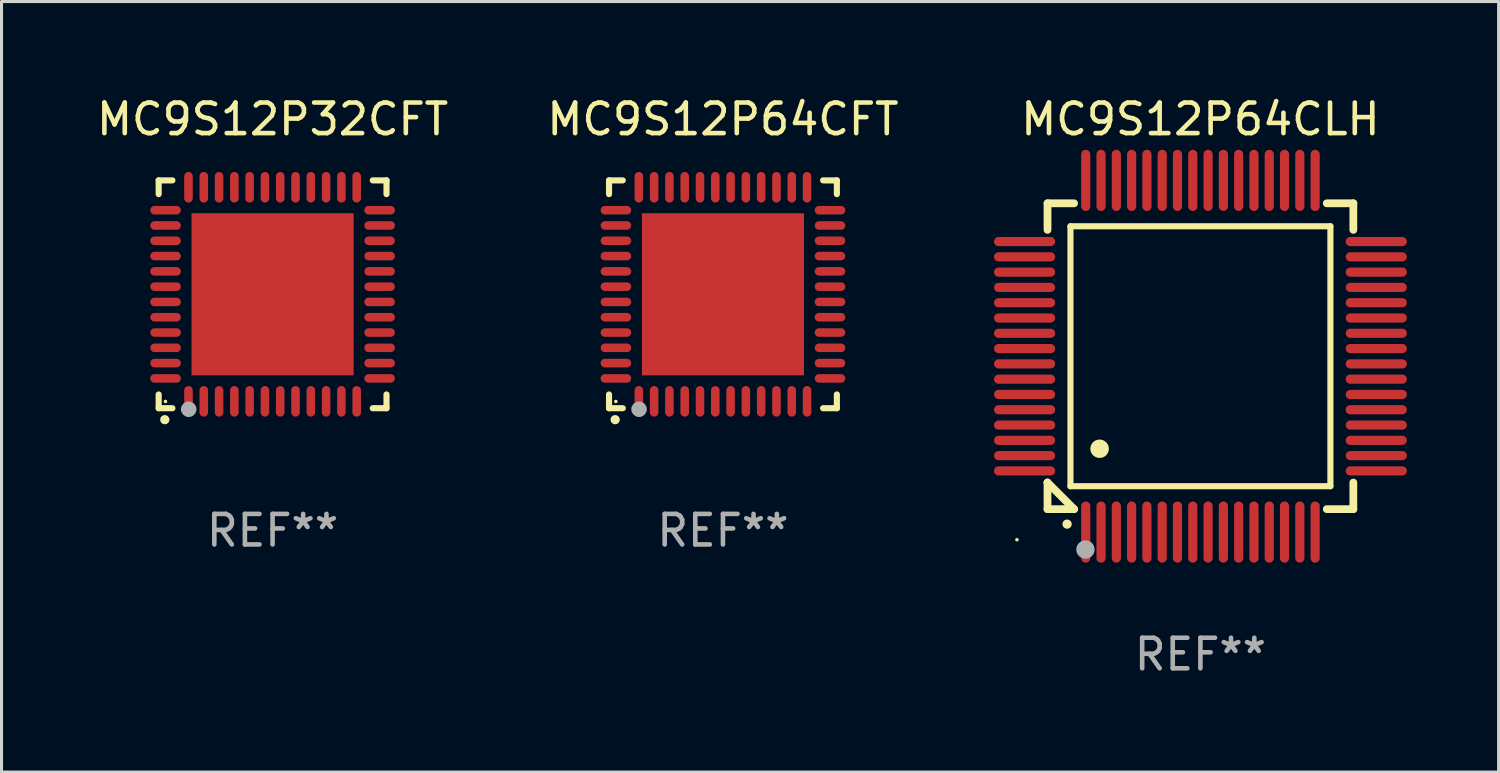
<source format=kicad_pcb>
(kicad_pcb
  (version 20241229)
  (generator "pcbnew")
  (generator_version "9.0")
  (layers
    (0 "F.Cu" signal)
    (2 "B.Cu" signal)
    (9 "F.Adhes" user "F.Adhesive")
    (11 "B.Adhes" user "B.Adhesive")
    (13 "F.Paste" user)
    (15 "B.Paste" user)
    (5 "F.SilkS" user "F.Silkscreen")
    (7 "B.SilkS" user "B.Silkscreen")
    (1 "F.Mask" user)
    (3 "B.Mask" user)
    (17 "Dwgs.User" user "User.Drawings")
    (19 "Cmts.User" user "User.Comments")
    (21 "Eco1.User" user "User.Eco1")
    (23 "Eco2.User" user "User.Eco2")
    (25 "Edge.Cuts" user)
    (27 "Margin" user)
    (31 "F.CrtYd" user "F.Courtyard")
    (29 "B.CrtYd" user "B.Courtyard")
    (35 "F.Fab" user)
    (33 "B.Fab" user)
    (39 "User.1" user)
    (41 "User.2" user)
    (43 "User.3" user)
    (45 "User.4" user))
  (footprint "MC9S12P64CFT"
    (layer "F.Cu")
    (at 20.589 6.573)
    (property "Reference" "MC9S12P64CFT" (at 0 -5.725 0) (layer "F.SilkS") (effects (font (size 1 1) (thickness 0.15))))
    (attr through_hole)
    (fp_line (start -3.725 -3.725) (end -3.275 -3.725) (stroke (width 0.2) (type solid)) (layer "F.SilkS"))
    (fp_line (start -3.725 -3.275) (end -3.725 -3.725) (stroke (width 0.2) (type solid)) (layer "F.SilkS"))
    (fp_line (start -3.725 3.725) (end -3.725 3.275) (stroke (width 0.2) (type solid)) (layer "F.SilkS"))
    (fp_line (start -3.275 3.725) (end -3.725 3.725) (stroke (width 0.2) (type solid)) (layer "F.SilkS"))
    (fp_line (start 3.275 3.725) (end 3.725 3.725) (stroke (width 0.2) (type solid)) (layer "F.SilkS"))
    (fp_line (start 3.725 -3.725) (end 3.275 -3.725) (stroke (width 0.2) (type solid)) (layer "F.SilkS"))
    (fp_line (start 3.725 -3.275) (end 3.725 -3.725) (stroke (width 0.2) (type solid)) (layer "F.SilkS"))
    (fp_line (start 3.725 3.725) (end 3.725 3.275) (stroke (width 0.2) (type solid)) (layer "F.SilkS"))
    (fp_arc (start -3.525527 4.099568) (mid -3.524257 4.099563) (end -3.522987 4.099568) (stroke (width 0.3) (type solid)) (layer "F.SilkS"))
    (fp_circle (center -3.502 3.504) (end -3.472 3.504) (stroke (width 0.06) (type solid)) (fill no) (layer "F.SilkS"))
    (fp_circle (center -2.743 3.759) (end -2.616 3.759) (stroke (width 0.254) (type solid)) (fill no) (layer "F.Fab"))
    (fp_text user "REF**" (at 0 7.725 0) (layer "F.Fab") (effects (font (size 1 1) (thickness 0.15))))
    (pad "1" smd oval (at -2.75 3.5) (size 0.28 1) (layers "F.Cu" "F.Mask" "F.Paste"))
    (pad "2" smd oval (at -2.25 3.5) (size 0.28 1) (layers "F.Cu" "F.Mask" "F.Paste"))
    (pad "3" smd oval (at -1.75 3.5) (size 0.28 1) (layers "F.Cu" "F.Mask" "F.Paste"))
    (pad "4" smd oval (at -1.25 3.5) (size 0.28 1) (layers "F.Cu" "F.Mask" "F.Paste"))
    (pad "5" smd oval (at -0.75 3.5) (size 0.28 1) (layers "F.Cu" "F.Mask" "F.Paste"))
    (pad "6" smd oval (at -0.25 3.5) (size 0.28 1) (layers "F.Cu" "F.Mask" "F.Paste"))
    (pad "7" smd oval (at 0.25 3.5) (size 0.28 1) (layers "F.Cu" "F.Mask" "F.Paste"))
    (pad "8" smd oval (at 0.75 3.5) (size 0.28 1) (layers "F.Cu" "F.Mask" "F.Paste"))
    (pad "9" smd oval (at 1.25 3.5) (size 0.28 1) (layers "F.Cu" "F.Mask" "F.Paste"))
    (pad "10" smd oval (at 1.75 3.5) (size 0.28 1) (layers "F.Cu" "F.Mask" "F.Paste"))
    (pad "11" smd oval (at 2.25 3.5) (size 0.28 1) (layers "F.Cu" "F.Mask" "F.Paste"))
    (pad "12" smd oval (at 2.75 3.5) (size 0.28 1) (layers "F.Cu" "F.Mask" "F.Paste"))
    (pad "13" smd oval (at 3.5 2.75) (size 1 0.28) (layers "F.Cu" "F.Mask" "F.Paste"))
    (pad "14" smd oval (at 3.5 2.25) (size 1 0.28) (layers "F.Cu" "F.Mask" "F.Paste"))
    (pad "15" smd oval (at 3.5 1.75) (size 1 0.28) (layers "F.Cu" "F.Mask" "F.Paste"))
    (pad "16" smd oval (at 3.5 1.25) (size 1 0.28) (layers "F.Cu" "F.Mask" "F.Paste"))
    (pad "17" smd oval (at 3.5 0.75) (size 1 0.28) (layers "F.Cu" "F.Mask" "F.Paste"))
    (pad "18" smd oval (at 3.5 0.25) (size 1 0.28) (layers "F.Cu" "F.Mask" "F.Paste"))
    (pad "19" smd oval (at 3.5 -0.25) (size 1 0.28) (layers "F.Cu" "F.Mask" "F.Paste"))
    (pad "20" smd oval (at 3.5 -0.75) (size 1 0.28) (layers "F.Cu" "F.Mask" "F.Paste"))
    (pad "21" smd oval (at 3.5 -1.25) (size 1 0.28) (layers "F.Cu" "F.Mask" "F.Paste"))
    (pad "22" smd oval (at 3.5 -1.75) (size 1 0.28) (layers "F.Cu" "F.Mask" "F.Paste"))
    (pad "23" smd oval (at 3.5 -2.25) (size 1 0.28) (layers "F.Cu" "F.Mask" "F.Paste"))
    (pad "24" smd oval (at 3.5 -2.75) (size 1 0.28) (layers "F.Cu" "F.Mask" "F.Paste"))
    (pad "25" smd oval (at 2.75 -3.5) (size 0.28 1) (layers "F.Cu" "F.Mask" "F.Paste"))
    (pad "26" smd oval (at 2.25 -3.5) (size 0.28 1) (layers "F.Cu" "F.Mask" "F.Paste"))
    (pad "27" smd oval (at 1.75 -3.5) (size 0.28 1) (layers "F.Cu" "F.Mask" "F.Paste"))
    (pad "28" smd oval (at 1.25 -3.5) (size 0.28 1) (layers "F.Cu" "F.Mask" "F.Paste"))
    (pad "29" smd oval (at 0.75 -3.5) (size 0.28 1) (layers "F.Cu" "F.Mask" "F.Paste"))
    (pad "30" smd oval (at 0.25 -3.5) (size 0.28 1) (layers "F.Cu" "F.Mask" "F.Paste"))
    (pad "31" smd oval (at -0.25 -3.5) (size 0.28 1) (layers "F.Cu" "F.Mask" "F.Paste"))
    (pad "32" smd oval (at -0.75 -3.5) (size 0.28 1) (layers "F.Cu" "F.Mask" "F.Paste"))
    (pad "33" smd oval (at -1.25 -3.5) (size 0.28 1) (layers "F.Cu" "F.Mask" "F.Paste"))
    (pad "34" smd oval (at -1.75 -3.5) (size 0.28 1) (layers "F.Cu" "F.Mask" "F.Paste"))
    (pad "35" smd oval (at -2.25 -3.5) (size 0.28 1) (layers "F.Cu" "F.Mask" "F.Paste"))
    (pad "36" smd oval (at -2.75 -3.5) (size 0.28 1) (layers "F.Cu" "F.Mask" "F.Paste"))
    (pad "37" smd oval (at -3.5 -2.75) (size 1 0.28) (layers "F.Cu" "F.Mask" "F.Paste"))
    (pad "38" smd oval (at -3.5 -2.25) (size 1 0.28) (layers "F.Cu" "F.Mask" "F.Paste"))
    (pad "39" smd oval (at -3.5 -1.75) (size 1 0.28) (layers "F.Cu" "F.Mask" "F.Paste"))
    (pad "40" smd oval (at -3.5 -1.25) (size 1 0.28) (layers "F.Cu" "F.Mask" "F.Paste"))
    (pad "41" smd oval (at -3.5 -0.75) (size 1 0.28) (layers "F.Cu" "F.Mask" "F.Paste"))
    (pad "42" smd oval (at -3.5 -0.25) (size 1 0.28) (layers "F.Cu" "F.Mask" "F.Paste"))
    (pad "43" smd oval (at -3.5 0.25) (size 1 0.28) (layers "F.Cu" "F.Mask" "F.Paste"))
    (pad "44" smd oval (at -3.5 0.75) (size 1 0.28) (layers "F.Cu" "F.Mask" "F.Paste"))
    (pad "45" smd oval (at -3.5 1.25) (size 1 0.28) (layers "F.Cu" "F.Mask" "F.Paste"))
    (pad "46" smd oval (at -3.5 1.75) (size 1 0.28) (layers "F.Cu" "F.Mask" "F.Paste"))
    (pad "47" smd oval (at -3.5 2.25) (size 1 0.28) (layers "F.Cu" "F.Mask" "F.Paste"))
    (pad "48" smd oval (at -3.5 2.75) (size 1 0.28) (layers "F.Cu" "F.Mask" "F.Paste"))
    (pad "49" smd rect (at 0 0) (size 5.3 5.3) (layers "F.Cu" "F.Mask" "F.Paste")))
  (footprint "MC9S12P32CFT"
    (layer "F.Cu")
    (at 5.863 6.573)
    (property "Reference" "MC9S12P32CFT" (at 0 -5.725 0) (layer "F.SilkS") (effects (font (size 1 1) (thickness 0.15))))
    (attr through_hole)
    (fp_line (start -3.725 -3.725) (end -3.275 -3.725) (stroke (width 0.2) (type solid)) (layer "F.SilkS"))
    (fp_line (start -3.725 -3.275) (end -3.725 -3.725) (stroke (width 0.2) (type solid)) (layer "F.SilkS"))
    (fp_line (start -3.725 3.725) (end -3.725 3.275) (stroke (width 0.2) (type solid)) (layer "F.SilkS"))
    (fp_line (start -3.275 3.725) (end -3.725 3.725) (stroke (width 0.2) (type solid)) (layer "F.SilkS"))
    (fp_line (start 3.275 3.725) (end 3.725 3.725) (stroke (width 0.2) (type solid)) (layer "F.SilkS"))
    (fp_line (start 3.725 -3.725) (end 3.275 -3.725) (stroke (width 0.2) (type solid)) (layer "F.SilkS"))
    (fp_line (start 3.725 -3.275) (end 3.725 -3.725) (stroke (width 0.2) (type solid)) (layer "F.SilkS"))
    (fp_line (start 3.725 3.725) (end 3.725 3.275) (stroke (width 0.2) (type solid)) (layer "F.SilkS"))
    (fp_arc (start -3.525527 4.099568) (mid -3.524257 4.099563) (end -3.522987 4.099568) (stroke (width 0.3) (type solid)) (layer "F.SilkS"))
    (fp_circle (center -3.502 3.504) (end -3.472 3.504) (stroke (width 0.06) (type solid)) (fill no) (layer "F.SilkS"))
    (fp_circle (center -2.743 3.759) (end -2.616 3.759) (stroke (width 0.254) (type solid)) (fill no) (layer "F.Fab"))
    (fp_text user "REF**" (at 0 7.725 0) (layer "F.Fab") (effects (font (size 1 1) (thickness 0.15))))
    (pad "1" smd oval (at -2.75 3.5) (size 0.28 1) (layers "F.Cu" "F.Mask" "F.Paste"))
    (pad "2" smd oval (at -2.25 3.5) (size 0.28 1) (layers "F.Cu" "F.Mask" "F.Paste"))
    (pad "3" smd oval (at -1.75 3.5) (size 0.28 1) (layers "F.Cu" "F.Mask" "F.Paste"))
    (pad "4" smd oval (at -1.25 3.5) (size 0.28 1) (layers "F.Cu" "F.Mask" "F.Paste"))
    (pad "5" smd oval (at -0.75 3.5) (size 0.28 1) (layers "F.Cu" "F.Mask" "F.Paste"))
    (pad "6" smd oval (at -0.25 3.5) (size 0.28 1) (layers "F.Cu" "F.Mask" "F.Paste"))
    (pad "7" smd oval (at 0.25 3.5) (size 0.28 1) (layers "F.Cu" "F.Mask" "F.Paste"))
    (pad "8" smd oval (at 0.75 3.5) (size 0.28 1) (layers "F.Cu" "F.Mask" "F.Paste"))
    (pad "9" smd oval (at 1.25 3.5) (size 0.28 1) (layers "F.Cu" "F.Mask" "F.Paste"))
    (pad "10" smd oval (at 1.75 3.5) (size 0.28 1) (layers "F.Cu" "F.Mask" "F.Paste"))
    (pad "11" smd oval (at 2.25 3.5) (size 0.28 1) (layers "F.Cu" "F.Mask" "F.Paste"))
    (pad "12" smd oval (at 2.75 3.5) (size 0.28 1) (layers "F.Cu" "F.Mask" "F.Paste"))
    (pad "13" smd oval (at 3.5 2.75) (size 1 0.28) (layers "F.Cu" "F.Mask" "F.Paste"))
    (pad "14" smd oval (at 3.5 2.25) (size 1 0.28) (layers "F.Cu" "F.Mask" "F.Paste"))
    (pad "15" smd oval (at 3.5 1.75) (size 1 0.28) (layers "F.Cu" "F.Mask" "F.Paste"))
    (pad "16" smd oval (at 3.5 1.25) (size 1 0.28) (layers "F.Cu" "F.Mask" "F.Paste"))
    (pad "17" smd oval (at 3.5 0.75) (size 1 0.28) (layers "F.Cu" "F.Mask" "F.Paste"))
    (pad "18" smd oval (at 3.5 0.25) (size 1 0.28) (layers "F.Cu" "F.Mask" "F.Paste"))
    (pad "19" smd oval (at 3.5 -0.25) (size 1 0.28) (layers "F.Cu" "F.Mask" "F.Paste"))
    (pad "20" smd oval (at 3.5 -0.75) (size 1 0.28) (layers "F.Cu" "F.Mask" "F.Paste"))
    (pad "21" smd oval (at 3.5 -1.25) (size 1 0.28) (layers "F.Cu" "F.Mask" "F.Paste"))
    (pad "22" smd oval (at 3.5 -1.75) (size 1 0.28) (layers "F.Cu" "F.Mask" "F.Paste"))
    (pad "23" smd oval (at 3.5 -2.25) (size 1 0.28) (layers "F.Cu" "F.Mask" "F.Paste"))
    (pad "24" smd oval (at 3.5 -2.75) (size 1 0.28) (layers "F.Cu" "F.Mask" "F.Paste"))
    (pad "25" smd oval (at 2.75 -3.5) (size 0.28 1) (layers "F.Cu" "F.Mask" "F.Paste"))
    (pad "26" smd oval (at 2.25 -3.5) (size 0.28 1) (layers "F.Cu" "F.Mask" "F.Paste"))
    (pad "27" smd oval (at 1.75 -3.5) (size 0.28 1) (layers "F.Cu" "F.Mask" "F.Paste"))
    (pad "28" smd oval (at 1.25 -3.5) (size 0.28 1) (layers "F.Cu" "F.Mask" "F.Paste"))
    (pad "29" smd oval (at 0.75 -3.5) (size 0.28 1) (layers "F.Cu" "F.Mask" "F.Paste"))
    (pad "30" smd oval (at 0.25 -3.5) (size 0.28 1) (layers "F.Cu" "F.Mask" "F.Paste"))
    (pad "31" smd oval (at -0.25 -3.5) (size 0.28 1) (layers "F.Cu" "F.Mask" "F.Paste"))
    (pad "32" smd oval (at -0.75 -3.5) (size 0.28 1) (layers "F.Cu" "F.Mask" "F.Paste"))
    (pad "33" smd oval (at -1.25 -3.5) (size 0.28 1) (layers "F.Cu" "F.Mask" "F.Paste"))
    (pad "34" smd oval (at -1.75 -3.5) (size 0.28 1) (layers "F.Cu" "F.Mask" "F.Paste"))
    (pad "35" smd oval (at -2.25 -3.5) (size 0.28 1) (layers "F.Cu" "F.Mask" "F.Paste"))
    (pad "36" smd oval (at -2.75 -3.5) (size 0.28 1) (layers "F.Cu" "F.Mask" "F.Paste"))
    (pad "37" smd oval (at -3.5 -2.75) (size 1 0.28) (layers "F.Cu" "F.Mask" "F.Paste"))
    (pad "38" smd oval (at -3.5 -2.25) (size 1 0.28) (layers "F.Cu" "F.Mask" "F.Paste"))
    (pad "39" smd oval (at -3.5 -1.75) (size 1 0.28) (layers "F.Cu" "F.Mask" "F.Paste"))
    (pad "40" smd oval (at -3.5 -1.25) (size 1 0.28) (layers "F.Cu" "F.Mask" "F.Paste"))
    (pad "41" smd oval (at -3.5 -0.75) (size 1 0.28) (layers "F.Cu" "F.Mask" "F.Paste"))
    (pad "42" smd oval (at -3.5 -0.25) (size 1 0.28) (layers "F.Cu" "F.Mask" "F.Paste"))
    (pad "43" smd oval (at -3.5 0.25) (size 1 0.28) (layers "F.Cu" "F.Mask" "F.Paste"))
    (pad "44" smd oval (at -3.5 0.75) (size 1 0.28) (layers "F.Cu" "F.Mask" "F.Paste"))
    (pad "45" smd oval (at -3.5 1.25) (size 1 0.28) (layers "F.Cu" "F.Mask" "F.Paste"))
    (pad "46" smd oval (at -3.5 1.75) (size 1 0.28) (layers "F.Cu" "F.Mask" "F.Paste"))
    (pad "47" smd oval (at -3.5 2.25) (size 1 0.28) (layers "F.Cu" "F.Mask" "F.Paste"))
    (pad "48" smd oval (at -3.5 2.75) (size 1 0.28) (layers "F.Cu" "F.Mask" "F.Paste"))
    (pad "49" smd rect (at 0 0) (size 5.3 5.3) (layers "F.Cu" "F.Mask" "F.Paste")))
  (footprint "MC9S12P64CLH"
    (layer "F.Cu")
    (at 36.202 8.598)
    (property "Reference" "MC9S12P64CLH" (at 0 -7.75 0) (layer "F.SilkS") (effects (font (size 1 1) (thickness 0.15))))
    (attr through_hole)
    (fp_line (start -5 -5) (end -4.131 -5) (stroke (width 0.254) (type solid)) (layer "F.SilkS"))
    (fp_line (start -5 -4.131) (end -5 -5) (stroke (width 0.254) (type solid)) (layer "F.SilkS"))
    (fp_line (start -5 4.131) (end -5 4.131) (stroke (width 0.254) (type solid)) (layer "F.SilkS"))
    (fp_line (start -5 5) (end -5 4.131) (stroke (width 0.254) (type solid)) (layer "F.SilkS"))
    (fp_line (start -5 4.131) (end -4.131 5) (stroke (width 0.254) (type solid)) (layer "F.SilkS"))
    (fp_line (start -4.25 -4.25) (end -4.25 4.25) (stroke (width 0.2) (type solid)) (layer "F.SilkS"))
    (fp_line (start -4.25 4.25) (end 4.25 4.25) (stroke (width 0.2) (type solid)) (layer "F.SilkS"))
    (fp_line (start -4.131 5) (end -5 5) (stroke (width 0.254) (type solid)) (layer "F.SilkS"))
    (fp_line (start 4.25 -4.25) (end -4.25 -4.25) (stroke (width 0.2) (type solid)) (layer "F.SilkS"))
    (fp_line (start 4.25 4.25) (end 4.25 -4.25) (stroke (width 0.2) (type solid)) (layer "F.SilkS"))
    (fp_line (start 5 -5) (end 4.131 -5) (stroke (width 0.254) (type solid)) (layer "F.SilkS"))
    (fp_line (start 5 -5) (end 5 -4.131) (stroke (width 0.254) (type solid)) (layer "F.SilkS"))
    (fp_line (start 5 4.131) (end 5 5) (stroke (width 0.254) (type solid)) (layer "F.SilkS"))
    (fp_line (start 5 5) (end 4.131 5) (stroke (width 0.254) (type solid)) (layer "F.SilkS"))
    (fp_arc (start -4.361265 5.489992) (mid -4.359995 5.489987) (end -4.358725 5.489992) (stroke (width 0.3) (type solid)) (layer "F.SilkS"))
    (fp_arc (start -3.299467 3.025146) (mid -3.296927 3.025135) (end -3.294387 3.025146) (stroke (width 0.6) (type solid)) (layer "F.SilkS"))
    (fp_circle (center -6 6) (end -5.97 6) (stroke (width 0.06) (type solid)) (fill no) (layer "F.SilkS"))
    (fp_circle (center -3.76 6.32) (end -3.61 6.32) (stroke (width 0.3) (type solid)) (fill no) (layer "F.Fab"))
    (fp_text user "REF**" (at 0 9.75 0) (layer "F.Fab") (effects (font (size 1 1) (thickness 0.15))))
    (pad "1" smd oval (at -3.75 5.75) (size 0.3 2) (layers "F.Cu" "F.Mask" "F.Paste"))
    (pad "2" smd oval (at -3.25 5.75) (size 0.3 2) (layers "F.Cu" "F.Mask" "F.Paste"))
    (pad "3" smd oval (at -2.75 5.75) (size 0.3 2) (layers "F.Cu" "F.Mask" "F.Paste"))
    (pad "4" smd oval (at -2.25 5.75) (size 0.3 2) (layers "F.Cu" "F.Mask" "F.Paste"))
    (pad "5" smd oval (at -1.75 5.75) (size 0.3 2) (layers "F.Cu" "F.Mask" "F.Paste"))
    (pad "6" smd oval (at -1.25 5.75) (size 0.3 2) (layers "F.Cu" "F.Mask" "F.Paste"))
    (pad "7" smd oval (at -0.75 5.75) (size 0.3 2) (layers "F.Cu" "F.Mask" "F.Paste"))
    (pad "8" smd oval (at -0.25 5.75) (size 0.3 2) (layers "F.Cu" "F.Mask" "F.Paste"))
    (pad "9" smd oval (at 0.25 5.75) (size 0.3 2) (layers "F.Cu" "F.Mask" "F.Paste"))
    (pad "10" smd oval (at 0.75 5.75) (size 0.3 2) (layers "F.Cu" "F.Mask" "F.Paste"))
    (pad "11" smd oval (at 1.25 5.75) (size 0.3 2) (layers "F.Cu" "F.Mask" "F.Paste"))
    (pad "12" smd oval (at 1.75 5.75) (size 0.3 2) (layers "F.Cu" "F.Mask" "F.Paste"))
    (pad "13" smd oval (at 2.25 5.75) (size 0.3 2) (layers "F.Cu" "F.Mask" "F.Paste"))
    (pad "14" smd oval (at 2.75 5.75) (size 0.3 2) (layers "F.Cu" "F.Mask" "F.Paste"))
    (pad "15" smd oval (at 3.25 5.75) (size 0.3 2) (layers "F.Cu" "F.Mask" "F.Paste"))
    (pad "16" smd oval (at 3.75 5.75) (size 0.3 2) (layers "F.Cu" "F.Mask" "F.Paste"))
    (pad "17" smd oval (at 5.75 3.75) (size 2 0.3) (layers "F.Cu" "F.Mask" "F.Paste"))
    (pad "18" smd oval (at 5.75 3.25) (size 2 0.3) (layers "F.Cu" "F.Mask" "F.Paste"))
    (pad "19" smd oval (at 5.75 2.75) (size 2 0.3) (layers "F.Cu" "F.Mask" "F.Paste"))
    (pad "20" smd oval (at 5.75 2.25) (size 2 0.3) (layers "F.Cu" "F.Mask" "F.Paste"))
    (pad "21" smd oval (at 5.75 1.75) (size 2 0.3) (layers "F.Cu" "F.Mask" "F.Paste"))
    (pad "22" smd oval (at 5.75 1.25) (size 2 0.3) (layers "F.Cu" "F.Mask" "F.Paste"))
    (pad "23" smd oval (at 5.75 0.75) (size 2 0.3) (layers "F.Cu" "F.Mask" "F.Paste"))
    (pad "24" smd oval (at 5.75 0.25) (size 2 0.3) (layers "F.Cu" "F.Mask" "F.Paste"))
    (pad "25" smd oval (at 5.75 -0.25) (size 2 0.3) (layers "F.Cu" "F.Mask" "F.Paste"))
    (pad "26" smd oval (at 5.75 -0.75) (size 2 0.3) (layers "F.Cu" "F.Mask" "F.Paste"))
    (pad "27" smd oval (at 5.75 -1.25) (size 2 0.3) (layers "F.Cu" "F.Mask" "F.Paste"))
    (pad "28" smd oval (at 5.75 -1.75) (size 2 0.3) (layers "F.Cu" "F.Mask" "F.Paste"))
    (pad "29" smd oval (at 5.75 -2.25) (size 2 0.3) (layers "F.Cu" "F.Mask" "F.Paste"))
    (pad "30" smd oval (at 5.75 -2.75) (size 2 0.3) (layers "F.Cu" "F.Mask" "F.Paste"))
    (pad "31" smd oval (at 5.75 -3.25) (size 2 0.3) (layers "F.Cu" "F.Mask" "F.Paste"))
    (pad "32" smd oval (at 5.75 -3.75) (size 2 0.3) (layers "F.Cu" "F.Mask" "F.Paste"))
    (pad "33" smd oval (at 3.75 -5.75) (size 0.3 2) (layers "F.Cu" "F.Mask" "F.Paste"))
    (pad "34" smd oval (at 3.25 -5.75) (size 0.3 2) (layers "F.Cu" "F.Mask" "F.Paste"))
    (pad "35" smd oval (at 2.75 -5.75) (size 0.3 2) (layers "F.Cu" "F.Mask" "F.Paste"))
    (pad "36" smd oval (at 2.25 -5.75) (size 0.3 2) (layers "F.Cu" "F.Mask" "F.Paste"))
    (pad "37" smd oval (at 1.75 -5.75) (size 0.3 2) (layers "F.Cu" "F.Mask" "F.Paste"))
    (pad "38" smd oval (at 1.25 -5.75) (size 0.3 2) (layers "F.Cu" "F.Mask" "F.Paste"))
    (pad "39" smd oval (at 0.75 -5.75) (size 0.3 2) (layers "F.Cu" "F.Mask" "F.Paste"))
    (pad "40" smd oval (at 0.25 -5.75) (size 0.3 2) (layers "F.Cu" "F.Mask" "F.Paste"))
    (pad "41" smd oval (at -0.25 -5.75) (size 0.3 2) (layers "F.Cu" "F.Mask" "F.Paste"))
    (pad "42" smd oval (at -0.75 -5.75) (size 0.3 2) (layers "F.Cu" "F.Mask" "F.Paste"))
    (pad "43" smd oval (at -1.25 -5.75) (size 0.3 2) (layers "F.Cu" "F.Mask" "F.Paste"))
    (pad "44" smd oval (at -1.75 -5.75) (size 0.3 2) (layers "F.Cu" "F.Mask" "F.Paste"))
    (pad "45" smd oval (at -2.25 -5.75) (size 0.3 2) (layers "F.Cu" "F.Mask" "F.Paste"))
    (pad "46" smd oval (at -2.75 -5.75) (size 0.3 2) (layers "F.Cu" "F.Mask" "F.Paste"))
    (pad "47" smd oval (at -3.25 -5.75) (size 0.3 2) (layers "F.Cu" "F.Mask" "F.Paste"))
    (pad "48" smd oval (at -3.75 -5.75) (size 0.3 2) (layers "F.Cu" "F.Mask" "F.Paste"))
    (pad "49" smd oval (at -5.75 -3.75) (size 2 0.3) (layers "F.Cu" "F.Mask" "F.Paste"))
    (pad "50" smd oval (at -5.75 -3.25) (size 2 0.3) (layers "F.Cu" "F.Mask" "F.Paste"))
    (pad "51" smd oval (at -5.75 -2.75) (size 2 0.3) (layers "F.Cu" "F.Mask" "F.Paste"))
    (pad "52" smd oval (at -5.75 -2.25) (size 2 0.3) (layers "F.Cu" "F.Mask" "F.Paste"))
    (pad "53" smd oval (at -5.75 -1.75) (size 2 0.3) (layers "F.Cu" "F.Mask" "F.Paste"))
    (pad "54" smd oval (at -5.75 -1.25) (size 2 0.3) (layers "F.Cu" "F.Mask" "F.Paste"))
    (pad "55" smd oval (at -5.75 -0.75) (size 2 0.3) (layers "F.Cu" "F.Mask" "F.Paste"))
    (pad "56" smd oval (at -5.75 -0.25) (size 2 0.3) (layers "F.Cu" "F.Mask" "F.Paste"))
    (pad "57" smd oval (at -5.75 0.25) (size 2 0.3) (layers "F.Cu" "F.Mask" "F.Paste"))
    (pad "58" smd oval (at -5.75 0.75) (size 2 0.3) (layers "F.Cu" "F.Mask" "F.Paste"))
    (pad "59" smd oval (at -5.75 1.25) (size 2 0.3) (layers "F.Cu" "F.Mask" "F.Paste"))
    (pad "60" smd oval (at -5.75 1.75) (size 2 0.3) (layers "F.Cu" "F.Mask" "F.Paste"))
    (pad "61" smd oval (at -5.75 2.25) (size 2 0.3) (layers "F.Cu" "F.Mask" "F.Paste"))
    (pad "62" smd oval (at -5.75 2.75) (size 2 0.3) (layers "F.Cu" "F.Mask" "F.Paste"))
    (pad "63" smd oval (at -5.75 3.25) (size 2 0.3) (layers "F.Cu" "F.Mask" "F.Paste"))
    (pad "64" smd oval (at -5.75 3.75) (size 2 0.3) (layers "F.Cu" "F.Mask" "F.Paste")))
  (gr_rect
    (start -3 -3)
    (end 45.952 22.196)
    (stroke (width 0.1) (type default))
    (fill no)
    (layer "Edge.Cuts")))
</source>
